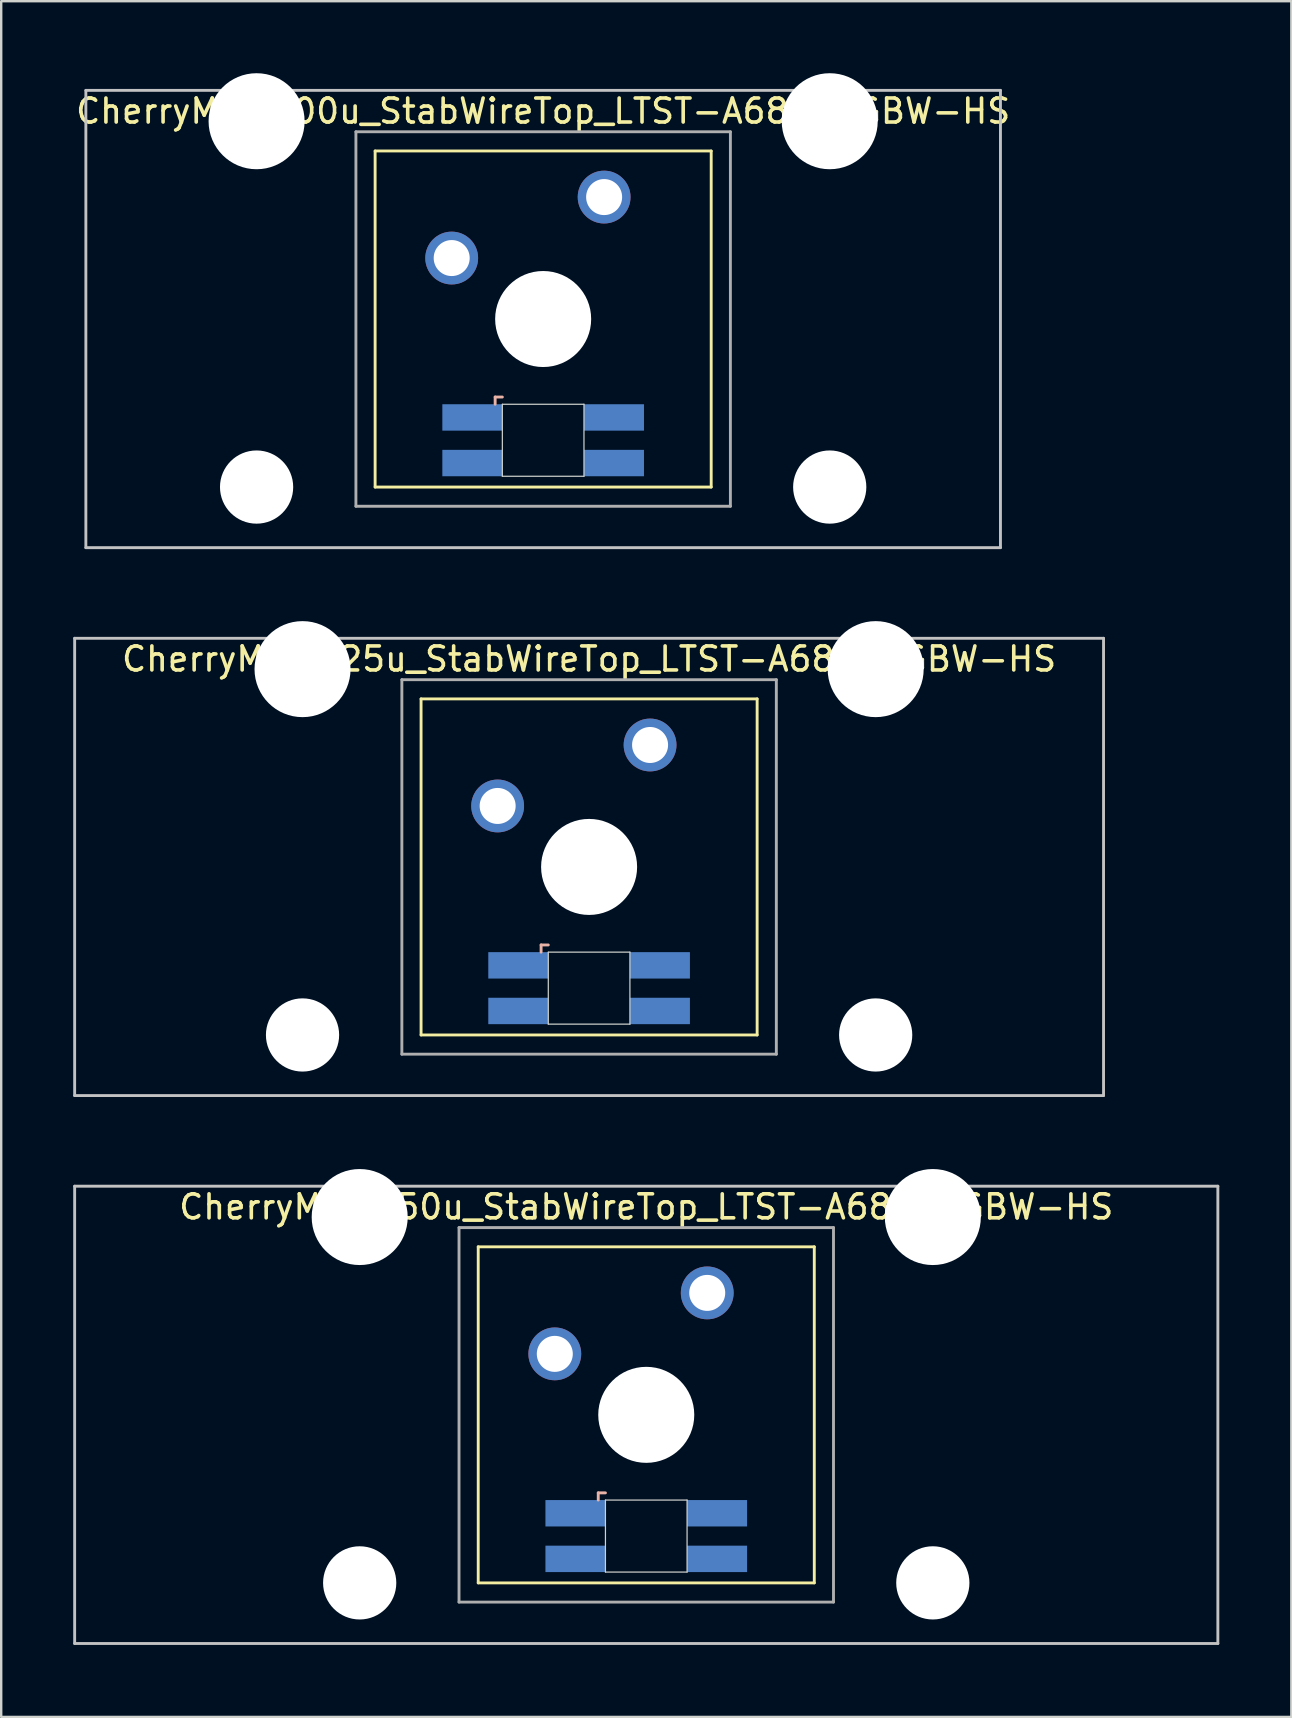
<source format=kicad_pcb>
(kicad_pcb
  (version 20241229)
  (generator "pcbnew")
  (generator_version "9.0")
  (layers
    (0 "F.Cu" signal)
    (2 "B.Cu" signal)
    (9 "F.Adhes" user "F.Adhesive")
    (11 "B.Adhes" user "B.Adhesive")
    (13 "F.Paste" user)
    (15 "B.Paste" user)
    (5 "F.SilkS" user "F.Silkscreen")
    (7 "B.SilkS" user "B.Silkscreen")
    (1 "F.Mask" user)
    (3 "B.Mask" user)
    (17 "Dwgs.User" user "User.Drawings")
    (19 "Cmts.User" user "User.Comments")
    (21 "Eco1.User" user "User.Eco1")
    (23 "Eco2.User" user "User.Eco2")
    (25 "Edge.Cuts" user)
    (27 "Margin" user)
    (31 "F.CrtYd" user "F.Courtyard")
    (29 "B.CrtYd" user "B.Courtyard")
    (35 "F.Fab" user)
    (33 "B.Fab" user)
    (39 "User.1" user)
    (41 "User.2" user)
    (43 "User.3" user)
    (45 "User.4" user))
  (footprint "CherryMX_2.50u_StabWireTop_LTST-A683CEGBW-HS"
    (layer "F.Cu")
    (at 23.872 55.89)
    (property "Reference" "CherryMX_2.50u_StabWireTop_LTST-A683CEGBW-HS" (at 0 -8.662 0) (layer "F.SilkS") (effects (font (size 1 1) (thickness 0.15))))
    (attr through_hole)
    (fp_line (start -7 -7) (end -7 7) (stroke (width 0.12) (type solid)) (layer "F.SilkS"))
    (fp_line (start -7 -7) (end 7 -7) (stroke (width 0.12) (type solid)) (layer "F.SilkS"))
    (fp_line (start 7 -7) (end 7 7) (stroke (width 0.12) (type solid)) (layer "F.SilkS"))
    (fp_line (start 7 7) (end -7 7) (stroke (width 0.12) (type solid)) (layer "F.SilkS"))
    (fp_line (start -2 3.25) (end -2 3.55) (stroke (width 0.12) (type solid)) (layer "B.SilkS"))
    (fp_line (start -1.7 3.25) (end -2 3.25) (stroke (width 0.12) (type solid)) (layer "B.SilkS"))
    (fp_line (start -23.812 -9.525) (end 23.812 -9.525) (stroke (width 0.12) (type solid)) (layer "Dwgs.User"))
    (fp_line (start -23.812 9.525) (end -23.812 -9.525) (stroke (width 0.12) (type solid)) (layer "Dwgs.User"))
    (fp_line (start 23.812 -9.525) (end 23.812 9.525) (stroke (width 0.12) (type solid)) (layer "Dwgs.User"))
    (fp_line (start 23.812 9.525) (end -23.812 9.525) (stroke (width 0.12) (type solid)) (layer "Dwgs.User"))
    (fp_line (start -1.7 3.55) (end 1.7 3.55) (stroke (width 0.05) (type solid)) (layer "Edge.Cuts"))
    (fp_line (start -1.7 6.55) (end -1.7 3.55) (stroke (width 0.05) (type solid)) (layer "Edge.Cuts"))
    (fp_line (start 1.7 3.55) (end 1.7 6.55) (stroke (width 0.05) (type solid)) (layer "Edge.Cuts"))
    (fp_line (start 1.7 6.55) (end -1.7 6.55) (stroke (width 0.05) (type solid)) (layer "Edge.Cuts"))
    (fp_line (start -7.8 -7.8) (end -7.8 7.8) (stroke (width 0.12) (type solid)) (layer "F.Fab"))
    (fp_line (start -7.8 -7.8) (end 7.8 -7.8) (stroke (width 0.12) (type solid)) (layer "F.Fab"))
    (fp_line (start -7.8 7.8) (end 7.8 7.8) (stroke (width 0.12) (type solid)) (layer "F.Fab"))
    (fp_line (start 7.8 -7.8) (end 7.8 7.8) (stroke (width 0.12) (type solid)) (layer "F.Fab"))
    (pad "" np_thru_hole circle (at -11.938 -8.24) (size 4 4) (drill 4) (layers "*.Cu" "*.Mask"))
    (pad "" np_thru_hole circle (at -11.938 7) (size 3.05 3.05) (drill 3.05) (layers "*.Cu" "*.Mask"))
    (pad "" np_thru_hole circle (at 0 0) (size 4 4) (drill 4) (layers "*.Cu" "*.Mask"))
    (pad "" np_thru_hole circle (at 11.938 -8.24) (size 4 4) (drill 4) (layers "*.Cu" "*.Mask"))
    (pad "" np_thru_hole circle (at 11.938 7) (size 3.05 3.05) (drill 3.05) (layers "*.Cu" "*.Mask"))
    (pad "1" thru_hole circle (at -3.81 -2.54) (size 2.2 2.2) (drill 1.5) (layers "*.Cu" "*.Mask"))
    (pad "2" thru_hole circle (at 2.54 -5.08) (size 2.2 2.2) (drill 1.5) (layers "*.Cu" "*.Mask"))
    (pad "3" smd rect (at -2.95 4.1) (size 2.5 1.1) (layers "B.Cu" "B.Mask" "B.Paste"))
    (pad "4" smd rect (at -2.95 6) (size 2.5 1.1) (layers "B.Cu" "B.Mask" "B.Paste"))
    (pad "5" smd rect (at 2.95 4.1) (size 2.5 1.1) (layers "B.Cu" "B.Mask" "B.Paste"))
    (pad "6" smd rect (at 2.95 6) (size 2.5 1.1) (layers "B.Cu" "B.Mask" "B.Paste")))
  (footprint "CherryMX_2.00u_StabWireTop_LTST-A683CEGBW-HS"
    (layer "F.Cu")
    (at 19.577 10.24)
    (property "Reference" "CherryMX_2.00u_StabWireTop_LTST-A683CEGBW-HS" (at 0 -8.662 0) (layer "F.SilkS") (effects (font (size 1 1) (thickness 0.15))))
    (attr through_hole)
    (fp_line (start -7 -7) (end -7 7) (stroke (width 0.12) (type solid)) (layer "F.SilkS"))
    (fp_line (start -7 -7) (end 7 -7) (stroke (width 0.12) (type solid)) (layer "F.SilkS"))
    (fp_line (start 7 -7) (end 7 7) (stroke (width 0.12) (type solid)) (layer "F.SilkS"))
    (fp_line (start 7 7) (end -7 7) (stroke (width 0.12) (type solid)) (layer "F.SilkS"))
    (fp_line (start -2 3.25) (end -2 3.55) (stroke (width 0.12) (type solid)) (layer "B.SilkS"))
    (fp_line (start -1.7 3.25) (end -2 3.25) (stroke (width 0.12) (type solid)) (layer "B.SilkS"))
    (fp_line (start -19.05 -9.525) (end 19.05 -9.525) (stroke (width 0.12) (type solid)) (layer "Dwgs.User"))
    (fp_line (start -19.05 9.525) (end -19.05 -9.525) (stroke (width 0.12) (type solid)) (layer "Dwgs.User"))
    (fp_line (start 19.05 -9.525) (end 19.05 9.525) (stroke (width 0.12) (type solid)) (layer "Dwgs.User"))
    (fp_line (start 19.05 9.525) (end -19.05 9.525) (stroke (width 0.12) (type solid)) (layer "Dwgs.User"))
    (fp_line (start -1.7 3.55) (end 1.7 3.55) (stroke (width 0.05) (type solid)) (layer "Edge.Cuts"))
    (fp_line (start -1.7 6.55) (end -1.7 3.55) (stroke (width 0.05) (type solid)) (layer "Edge.Cuts"))
    (fp_line (start 1.7 3.55) (end 1.7 6.55) (stroke (width 0.05) (type solid)) (layer "Edge.Cuts"))
    (fp_line (start 1.7 6.55) (end -1.7 6.55) (stroke (width 0.05) (type solid)) (layer "Edge.Cuts"))
    (fp_line (start -7.8 -7.8) (end -7.8 7.8) (stroke (width 0.12) (type solid)) (layer "F.Fab"))
    (fp_line (start -7.8 -7.8) (end 7.8 -7.8) (stroke (width 0.12) (type solid)) (layer "F.Fab"))
    (fp_line (start -7.8 7.8) (end 7.8 7.8) (stroke (width 0.12) (type solid)) (layer "F.Fab"))
    (fp_line (start 7.8 -7.8) (end 7.8 7.8) (stroke (width 0.12) (type solid)) (layer "F.Fab"))
    (pad "" np_thru_hole circle (at -11.938 -8.24) (size 4 4) (drill 4) (layers "*.Cu" "*.Mask"))
    (pad "" np_thru_hole circle (at -11.938 7) (size 3.05 3.05) (drill 3.05) (layers "*.Cu" "*.Mask"))
    (pad "" np_thru_hole circle (at 0 0) (size 4 4) (drill 4) (layers "*.Cu" "*.Mask"))
    (pad "" np_thru_hole circle (at 11.938 -8.24) (size 4 4) (drill 4) (layers "*.Cu" "*.Mask"))
    (pad "" np_thru_hole circle (at 11.938 7) (size 3.05 3.05) (drill 3.05) (layers "*.Cu" "*.Mask"))
    (pad "1" thru_hole circle (at -3.81 -2.54) (size 2.2 2.2) (drill 1.5) (layers "*.Cu" "*.Mask"))
    (pad "2" thru_hole circle (at 2.54 -5.08) (size 2.2 2.2) (drill 1.5) (layers "*.Cu" "*.Mask"))
    (pad "3" smd rect (at -2.95 4.1) (size 2.5 1.1) (layers "B.Cu" "B.Mask" "B.Paste"))
    (pad "4" smd rect (at -2.95 6) (size 2.5 1.1) (layers "B.Cu" "B.Mask" "B.Paste"))
    (pad "5" smd rect (at 2.95 4.1) (size 2.5 1.1) (layers "B.Cu" "B.Mask" "B.Paste"))
    (pad "6" smd rect (at 2.95 6) (size 2.5 1.1) (layers "B.Cu" "B.Mask" "B.Paste")))
  (footprint "CherryMX_2.25u_StabWireTop_LTST-A683CEGBW-HS"
    (layer "F.Cu")
    (at 21.491 33.065)
    (property "Reference" "CherryMX_2.25u_StabWireTop_LTST-A683CEGBW-HS" (at 0 -8.662 0) (layer "F.SilkS") (effects (font (size 1 1) (thickness 0.15))))
    (attr through_hole)
    (fp_line (start -7 -7) (end -7 7) (stroke (width 0.12) (type solid)) (layer "F.SilkS"))
    (fp_line (start -7 -7) (end 7 -7) (stroke (width 0.12) (type solid)) (layer "F.SilkS"))
    (fp_line (start 7 -7) (end 7 7) (stroke (width 0.12) (type solid)) (layer "F.SilkS"))
    (fp_line (start 7 7) (end -7 7) (stroke (width 0.12) (type solid)) (layer "F.SilkS"))
    (fp_line (start -2 3.25) (end -2 3.55) (stroke (width 0.12) (type solid)) (layer "B.SilkS"))
    (fp_line (start -1.7 3.25) (end -2 3.25) (stroke (width 0.12) (type solid)) (layer "B.SilkS"))
    (fp_line (start -21.431 -9.525) (end 21.431 -9.525) (stroke (width 0.12) (type solid)) (layer "Dwgs.User"))
    (fp_line (start -21.431 9.525) (end -21.431 -9.525) (stroke (width 0.12) (type solid)) (layer "Dwgs.User"))
    (fp_line (start 21.431 -9.525) (end 21.431 9.525) (stroke (width 0.12) (type solid)) (layer "Dwgs.User"))
    (fp_line (start 21.431 9.525) (end -21.431 9.525) (stroke (width 0.12) (type solid)) (layer "Dwgs.User"))
    (fp_line (start -1.7 3.55) (end 1.7 3.55) (stroke (width 0.05) (type solid)) (layer "Edge.Cuts"))
    (fp_line (start -1.7 6.55) (end -1.7 3.55) (stroke (width 0.05) (type solid)) (layer "Edge.Cuts"))
    (fp_line (start 1.7 3.55) (end 1.7 6.55) (stroke (width 0.05) (type solid)) (layer "Edge.Cuts"))
    (fp_line (start 1.7 6.55) (end -1.7 6.55) (stroke (width 0.05) (type solid)) (layer "Edge.Cuts"))
    (fp_line (start -7.8 -7.8) (end -7.8 7.8) (stroke (width 0.12) (type solid)) (layer "F.Fab"))
    (fp_line (start -7.8 -7.8) (end 7.8 -7.8) (stroke (width 0.12) (type solid)) (layer "F.Fab"))
    (fp_line (start -7.8 7.8) (end 7.8 7.8) (stroke (width 0.12) (type solid)) (layer "F.Fab"))
    (fp_line (start 7.8 -7.8) (end 7.8 7.8) (stroke (width 0.12) (type solid)) (layer "F.Fab"))
    (pad "" np_thru_hole circle (at -11.938 -8.24) (size 4 4) (drill 4) (layers "*.Cu" "*.Mask"))
    (pad "" np_thru_hole circle (at -11.938 7) (size 3.05 3.05) (drill 3.05) (layers "*.Cu" "*.Mask"))
    (pad "" np_thru_hole circle (at 0 0) (size 4 4) (drill 4) (layers "*.Cu" "*.Mask"))
    (pad "" np_thru_hole circle (at 11.938 -8.24) (size 4 4) (drill 4) (layers "*.Cu" "*.Mask"))
    (pad "" np_thru_hole circle (at 11.938 7) (size 3.05 3.05) (drill 3.05) (layers "*.Cu" "*.Mask"))
    (pad "1" thru_hole circle (at -3.81 -2.54) (size 2.2 2.2) (drill 1.5) (layers "*.Cu" "*.Mask"))
    (pad "2" thru_hole circle (at 2.54 -5.08) (size 2.2 2.2) (drill 1.5) (layers "*.Cu" "*.Mask"))
    (pad "3" smd rect (at -2.95 4.1) (size 2.5 1.1) (layers "B.Cu" "B.Mask" "B.Paste"))
    (pad "4" smd rect (at -2.95 6) (size 2.5 1.1) (layers "B.Cu" "B.Mask" "B.Paste"))
    (pad "5" smd rect (at 2.95 4.1) (size 2.5 1.1) (layers "B.Cu" "B.Mask" "B.Paste"))
    (pad "6" smd rect (at 2.95 6) (size 2.5 1.1) (layers "B.Cu" "B.Mask" "B.Paste")))
  (gr_rect
    (start -3 -3)
    (end 50.745 68.475)
    (stroke (width 0.1) (type default))
    (fill no)
    (layer "Edge.Cuts")))
</source>
